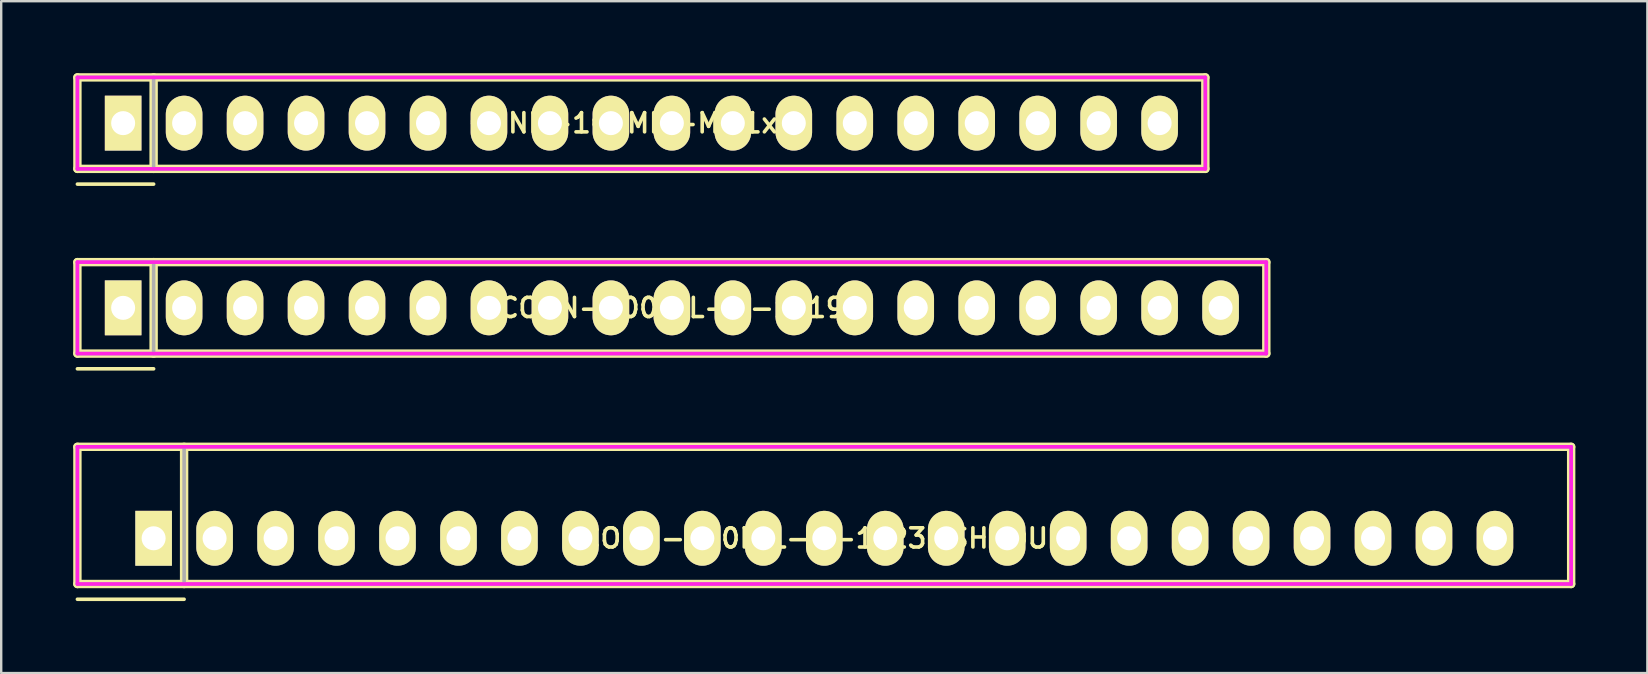
<source format=kicad_pcb>
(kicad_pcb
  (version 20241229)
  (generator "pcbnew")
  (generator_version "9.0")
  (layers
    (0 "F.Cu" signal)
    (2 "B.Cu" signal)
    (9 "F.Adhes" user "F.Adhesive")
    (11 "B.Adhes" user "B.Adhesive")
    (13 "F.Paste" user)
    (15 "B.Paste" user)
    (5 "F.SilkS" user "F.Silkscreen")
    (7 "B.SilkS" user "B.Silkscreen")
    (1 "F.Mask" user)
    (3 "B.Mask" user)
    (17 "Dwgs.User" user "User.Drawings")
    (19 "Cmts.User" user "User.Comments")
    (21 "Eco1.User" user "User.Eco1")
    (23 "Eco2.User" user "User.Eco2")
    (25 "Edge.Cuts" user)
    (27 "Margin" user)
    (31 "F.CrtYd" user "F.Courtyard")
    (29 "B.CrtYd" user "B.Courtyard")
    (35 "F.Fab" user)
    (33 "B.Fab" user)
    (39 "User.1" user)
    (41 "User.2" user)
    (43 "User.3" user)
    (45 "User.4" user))
  (footprint "CONN-100MIL-M-1x23-SHROUD"
    (layer "F.Cu")
    (at 31.29 19.375)
    (property "Reference" "CONN-100MIL-M-1x23-SHROUD" (at 0 0 0) (layer "F.SilkS") (effects (font (size 0.8 0.8) (thickness 0.15))))
    (attr through_hole)
    (fp_line (start -31.115 -3.81) (end 31.115 -3.81) (stroke (width 0.35) (type solid)) (layer "F.SilkS"))
    (fp_line (start -31.115 1.905) (end -31.115 -3.81) (stroke (width 0.35) (type solid)) (layer "F.SilkS"))
    (fp_line (start -31.115 2.54) (end -26.67 2.54) (stroke (width 0.15) (type solid)) (layer "F.SilkS"))
    (fp_line (start -26.67 -3.81) (end -26.67 1.905) (stroke (width 0.35) (type solid)) (layer "F.SilkS"))
    (fp_line (start 31.115 -3.81) (end 31.115 1.905) (stroke (width 0.35) (type solid)) (layer "F.SilkS"))
    (fp_line (start 31.115 1.905) (end -31.115 1.905) (stroke (width 0.35) (type solid)) (layer "F.SilkS"))
    (fp_line (start -31.115 -3.81) (end 31.115 -3.81) (stroke (width 0.15) (type solid)) (layer "F.CrtYd"))
    (fp_line (start -31.115 1.905) (end -31.115 -3.81) (stroke (width 0.15) (type solid)) (layer "F.CrtYd"))
    (fp_line (start 31.115 -3.81) (end 31.115 1.905) (stroke (width 0.15) (type solid)) (layer "F.CrtYd"))
    (fp_line (start 31.115 1.905) (end -31.115 1.905) (stroke (width 0.15) (type solid)) (layer "F.CrtYd"))
    (fp_line (start -31.115 -3.81) (end 31.115 -3.81) (stroke (width 0.15) (type solid)) (layer "F.Fab"))
    (fp_line (start -31.115 1.905) (end -31.115 -3.81) (stroke (width 0.15) (type solid)) (layer "F.Fab"))
    (fp_line (start -26.67 -3.81) (end -26.67 1.905) (stroke (width 0.15) (type solid)) (layer "F.Fab"))
    (fp_line (start 31.115 -3.81) (end 31.115 1.905) (stroke (width 0.15) (type solid)) (layer "F.Fab"))
    (fp_line (start 31.115 1.905) (end -31.115 1.905) (stroke (width 0.15) (type solid)) (layer "F.Fab"))
    (pad "1" thru_hole rect (at -27.94 0) (size 1.524 2.286) (drill 1) (layers "*.Cu" "*.Mask" "F.SilkS"))
    (pad "2" thru_hole oval (at -25.4 0) (size 1.524 2.286) (drill 1) (layers "*.Cu" "*.Mask" "F.SilkS"))
    (pad "3" thru_hole oval (at -22.86 0) (size 1.524 2.286) (drill 1) (layers "*.Cu" "*.Mask" "F.SilkS"))
    (pad "4" thru_hole oval (at -20.32 0) (size 1.524 2.286) (drill 1) (layers "*.Cu" "*.Mask" "F.SilkS"))
    (pad "5" thru_hole oval (at -17.78 0) (size 1.524 2.286) (drill 1) (layers "*.Cu" "*.Mask" "F.SilkS"))
    (pad "6" thru_hole oval (at -15.24 0) (size 1.524 2.286) (drill 1) (layers "*.Cu" "*.Mask" "F.SilkS"))
    (pad "7" thru_hole oval (at -12.7 0) (size 1.524 2.286) (drill 1) (layers "*.Cu" "*.Mask" "F.SilkS"))
    (pad "8" thru_hole oval (at -10.16 0) (size 1.524 2.286) (drill 1) (layers "*.Cu" "*.Mask" "F.SilkS"))
    (pad "9" thru_hole oval (at -7.62 0) (size 1.524 2.286) (drill 1) (layers "*.Cu" "*.Mask" "F.SilkS"))
    (pad "10" thru_hole oval (at -5.08 0) (size 1.524 2.286) (drill 1) (layers "*.Cu" "*.Mask" "F.SilkS"))
    (pad "11" thru_hole oval (at -2.54 0) (size 1.524 2.286) (drill 1) (layers "*.Cu" "*.Mask" "F.SilkS"))
    (pad "12" thru_hole oval (at 0 0) (size 1.524 2.286) (drill 1) (layers "*.Cu" "*.Mask" "F.SilkS"))
    (pad "13" thru_hole oval (at 2.54 0) (size 1.524 2.286) (drill 1) (layers "*.Cu" "*.Mask" "F.SilkS"))
    (pad "14" thru_hole oval (at 5.08 0) (size 1.524 2.286) (drill 1) (layers "*.Cu" "*.Mask" "F.SilkS"))
    (pad "15" thru_hole oval (at 7.62 0) (size 1.524 2.286) (drill 1) (layers "*.Cu" "*.Mask" "F.SilkS"))
    (pad "16" thru_hole oval (at 10.16 0) (size 1.524 2.286) (drill 1) (layers "*.Cu" "*.Mask" "F.SilkS"))
    (pad "17" thru_hole oval (at 12.7 0) (size 1.524 2.286) (drill 1) (layers "*.Cu" "*.Mask" "F.SilkS"))
    (pad "18" thru_hole oval (at 15.24 0) (size 1.524 2.286) (drill 1) (layers "*.Cu" "*.Mask" "F.SilkS"))
    (pad "19" thru_hole oval (at 17.78 0) (size 1.524 2.286) (drill 1) (layers "*.Cu" "*.Mask" "F.SilkS"))
    (pad "20" thru_hole oval (at 20.32 0) (size 1.524 2.286) (drill 1) (layers "*.Cu" "*.Mask" "F.SilkS"))
    (pad "21" thru_hole oval (at 22.86 0) (size 1.524 2.286) (drill 1) (layers "*.Cu" "*.Mask" "F.SilkS"))
    (pad "22" thru_hole oval (at 25.4 0) (size 1.524 2.286) (drill 1) (layers "*.Cu" "*.Mask" "F.SilkS"))
    (pad "23" thru_hole oval (at 27.94 0) (size 1.524 2.286) (drill 1) (layers "*.Cu" "*.Mask" "F.SilkS")))
  (footprint "CONN-100MIL-M-1x18"
    (layer "F.Cu")
    (at 23.67 2.08)
    (property "Reference" "CONN-100MIL-M-1x18" (at 0 0 0) (layer "F.SilkS") (effects (font (size 0.8 0.8) (thickness 0.15))))
    (attr through_hole)
    (fp_line (start -23.495 -1.905) (end 23.495 -1.905) (stroke (width 0.35) (type solid)) (layer "F.SilkS"))
    (fp_line (start -23.495 1.905) (end -23.495 -1.905) (stroke (width 0.35) (type solid)) (layer "F.SilkS"))
    (fp_line (start -23.495 2.54) (end -20.32 2.54) (stroke (width 0.15) (type solid)) (layer "F.SilkS"))
    (fp_line (start -20.32 -1.905) (end -20.32 1.905) (stroke (width 0.35) (type solid)) (layer "F.SilkS"))
    (fp_line (start 23.495 -1.905) (end 23.495 1.905) (stroke (width 0.35) (type solid)) (layer "F.SilkS"))
    (fp_line (start 23.495 1.905) (end -23.495 1.905) (stroke (width 0.35) (type solid)) (layer "F.SilkS"))
    (fp_line (start -23.495 -1.905) (end 23.495 -1.905) (stroke (width 0.15) (type solid)) (layer "F.CrtYd"))
    (fp_line (start -23.495 1.905) (end -23.495 -1.905) (stroke (width 0.15) (type solid)) (layer "F.CrtYd"))
    (fp_line (start 23.495 -1.905) (end 23.495 1.905) (stroke (width 0.15) (type solid)) (layer "F.CrtYd"))
    (fp_line (start 23.495 1.905) (end -23.495 1.905) (stroke (width 0.15) (type solid)) (layer "F.CrtYd"))
    (fp_line (start -23.495 -1.905) (end 23.495 -1.905) (stroke (width 0.15) (type solid)) (layer "F.Fab"))
    (fp_line (start -23.495 1.905) (end -23.495 -1.905) (stroke (width 0.15) (type solid)) (layer "F.Fab"))
    (fp_line (start -20.32 -1.905) (end -20.32 1.905) (stroke (width 0.15) (type solid)) (layer "F.Fab"))
    (fp_line (start 23.495 -1.905) (end 23.495 1.905) (stroke (width 0.15) (type solid)) (layer "F.Fab"))
    (fp_line (start 23.495 1.905) (end -23.495 1.905) (stroke (width 0.15) (type solid)) (layer "F.Fab"))
    (pad "1" thru_hole rect (at -21.59 0) (size 1.524 2.286) (drill 1) (layers "*.Cu" "*.Mask" "F.SilkS"))
    (pad "2" thru_hole oval (at -19.05 0) (size 1.524 2.286) (drill 1) (layers "*.Cu" "*.Mask" "F.SilkS"))
    (pad "3" thru_hole oval (at -16.51 0) (size 1.524 2.286) (drill 1) (layers "*.Cu" "*.Mask" "F.SilkS"))
    (pad "4" thru_hole oval (at -13.97 0) (size 1.524 2.286) (drill 1) (layers "*.Cu" "*.Mask" "F.SilkS"))
    (pad "5" thru_hole oval (at -11.43 0) (size 1.524 2.286) (drill 1) (layers "*.Cu" "*.Mask" "F.SilkS"))
    (pad "6" thru_hole oval (at -8.89 0) (size 1.524 2.286) (drill 1) (layers "*.Cu" "*.Mask" "F.SilkS"))
    (pad "7" thru_hole oval (at -6.35 0) (size 1.524 2.286) (drill 1) (layers "*.Cu" "*.Mask" "F.SilkS"))
    (pad "8" thru_hole oval (at -3.81 0) (size 1.524 2.286) (drill 1) (layers "*.Cu" "*.Mask" "F.SilkS"))
    (pad "9" thru_hole oval (at -1.27 0) (size 1.524 2.286) (drill 1) (layers "*.Cu" "*.Mask" "F.SilkS"))
    (pad "10" thru_hole oval (at 1.27 0) (size 1.524 2.286) (drill 1) (layers "*.Cu" "*.Mask" "F.SilkS"))
    (pad "11" thru_hole oval (at 3.81 0) (size 1.524 2.286) (drill 1) (layers "*.Cu" "*.Mask" "F.SilkS"))
    (pad "12" thru_hole oval (at 6.35 0) (size 1.524 2.286) (drill 1) (layers "*.Cu" "*.Mask" "F.SilkS"))
    (pad "13" thru_hole oval (at 8.89 0) (size 1.524 2.286) (drill 1) (layers "*.Cu" "*.Mask" "F.SilkS"))
    (pad "14" thru_hole oval (at 11.43 0) (size 1.524 2.286) (drill 1) (layers "*.Cu" "*.Mask" "F.SilkS"))
    (pad "15" thru_hole oval (at 13.97 0) (size 1.524 2.286) (drill 1) (layers "*.Cu" "*.Mask" "F.SilkS"))
    (pad "16" thru_hole oval (at 16.51 0) (size 1.524 2.286) (drill 1) (layers "*.Cu" "*.Mask" "F.SilkS"))
    (pad "17" thru_hole oval (at 19.05 0) (size 1.524 2.286) (drill 1) (layers "*.Cu" "*.Mask" "F.SilkS"))
    (pad "18" thru_hole oval (at 21.59 0) (size 1.524 2.286) (drill 1) (layers "*.Cu" "*.Mask" "F.SilkS")))
  (footprint "CONN-100MIL-M-1x19"
    (layer "F.Cu")
    (at 24.94 9.775)
    (property "Reference" "CONN-100MIL-M-1x19" (at 0 0 0) (layer "F.SilkS") (effects (font (size 0.8 0.8) (thickness 0.15))))
    (attr through_hole)
    (fp_line (start -24.765 -1.905) (end 24.765 -1.905) (stroke (width 0.35) (type solid)) (layer "F.SilkS"))
    (fp_line (start -24.765 1.905) (end -24.765 -1.905) (stroke (width 0.35) (type solid)) (layer "F.SilkS"))
    (fp_line (start -24.765 2.54) (end -21.59 2.54) (stroke (width 0.15) (type solid)) (layer "F.SilkS"))
    (fp_line (start -21.59 -1.905) (end -21.59 1.905) (stroke (width 0.35) (type solid)) (layer "F.SilkS"))
    (fp_line (start 24.765 -1.905) (end 24.765 1.905) (stroke (width 0.35) (type solid)) (layer "F.SilkS"))
    (fp_line (start 24.765 1.905) (end -24.765 1.905) (stroke (width 0.35) (type solid)) (layer "F.SilkS"))
    (fp_line (start -24.765 -1.905) (end 24.765 -1.905) (stroke (width 0.15) (type solid)) (layer "F.CrtYd"))
    (fp_line (start -24.765 1.905) (end -24.765 -1.905) (stroke (width 0.15) (type solid)) (layer "F.CrtYd"))
    (fp_line (start 24.765 -1.905) (end 24.765 1.905) (stroke (width 0.15) (type solid)) (layer "F.CrtYd"))
    (fp_line (start 24.765 1.905) (end -24.765 1.905) (stroke (width 0.15) (type solid)) (layer "F.CrtYd"))
    (fp_line (start -24.765 -1.905) (end 24.765 -1.905) (stroke (width 0.15) (type solid)) (layer "F.Fab"))
    (fp_line (start -24.765 1.905) (end -24.765 -1.905) (stroke (width 0.15) (type solid)) (layer "F.Fab"))
    (fp_line (start -21.59 -1.905) (end -21.59 1.905) (stroke (width 0.15) (type solid)) (layer "F.Fab"))
    (fp_line (start 24.765 -1.905) (end 24.765 1.905) (stroke (width 0.15) (type solid)) (layer "F.Fab"))
    (fp_line (start 24.765 1.905) (end -24.765 1.905) (stroke (width 0.15) (type solid)) (layer "F.Fab"))
    (pad "1" thru_hole rect (at -22.86 0) (size 1.524 2.286) (drill 1) (layers "*.Cu" "*.Mask" "F.SilkS"))
    (pad "2" thru_hole oval (at -20.32 0) (size 1.524 2.286) (drill 1) (layers "*.Cu" "*.Mask" "F.SilkS"))
    (pad "3" thru_hole oval (at -17.78 0) (size 1.524 2.286) (drill 1) (layers "*.Cu" "*.Mask" "F.SilkS"))
    (pad "4" thru_hole oval (at -15.24 0) (size 1.524 2.286) (drill 1) (layers "*.Cu" "*.Mask" "F.SilkS"))
    (pad "5" thru_hole oval (at -12.7 0) (size 1.524 2.286) (drill 1) (layers "*.Cu" "*.Mask" "F.SilkS"))
    (pad "6" thru_hole oval (at -10.16 0) (size 1.524 2.286) (drill 1) (layers "*.Cu" "*.Mask" "F.SilkS"))
    (pad "7" thru_hole oval (at -7.62 0) (size 1.524 2.286) (drill 1) (layers "*.Cu" "*.Mask" "F.SilkS"))
    (pad "8" thru_hole oval (at -5.08 0) (size 1.524 2.286) (drill 1) (layers "*.Cu" "*.Mask" "F.SilkS"))
    (pad "9" thru_hole oval (at -2.54 0) (size 1.524 2.286) (drill 1) (layers "*.Cu" "*.Mask" "F.SilkS"))
    (pad "10" thru_hole oval (at 0 0) (size 1.524 2.286) (drill 1) (layers "*.Cu" "*.Mask" "F.SilkS"))
    (pad "11" thru_hole oval (at 2.54 0) (size 1.524 2.286) (drill 1) (layers "*.Cu" "*.Mask" "F.SilkS"))
    (pad "12" thru_hole oval (at 5.08 0) (size 1.524 2.286) (drill 1) (layers "*.Cu" "*.Mask" "F.SilkS"))
    (pad "13" thru_hole oval (at 7.62 0) (size 1.524 2.286) (drill 1) (layers "*.Cu" "*.Mask" "F.SilkS"))
    (pad "14" thru_hole oval (at 10.16 0) (size 1.524 2.286) (drill 1) (layers "*.Cu" "*.Mask" "F.SilkS"))
    (pad "15" thru_hole oval (at 12.7 0) (size 1.524 2.286) (drill 1) (layers "*.Cu" "*.Mask" "F.SilkS"))
    (pad "16" thru_hole oval (at 15.24 0) (size 1.524 2.286) (drill 1) (layers "*.Cu" "*.Mask" "F.SilkS"))
    (pad "17" thru_hole oval (at 17.78 0) (size 1.524 2.286) (drill 1) (layers "*.Cu" "*.Mask" "F.SilkS"))
    (pad "18" thru_hole oval (at 20.32 0) (size 1.524 2.286) (drill 1) (layers "*.Cu" "*.Mask" "F.SilkS"))
    (pad "19" thru_hole oval (at 22.86 0) (size 1.524 2.286) (drill 1) (layers "*.Cu" "*.Mask" "F.SilkS")))
  (gr_rect
    (start -3 -3)
    (end 65.58 24.99)
    (stroke (width 0.1) (type default))
    (fill no)
    (layer "Edge.Cuts")))
</source>
